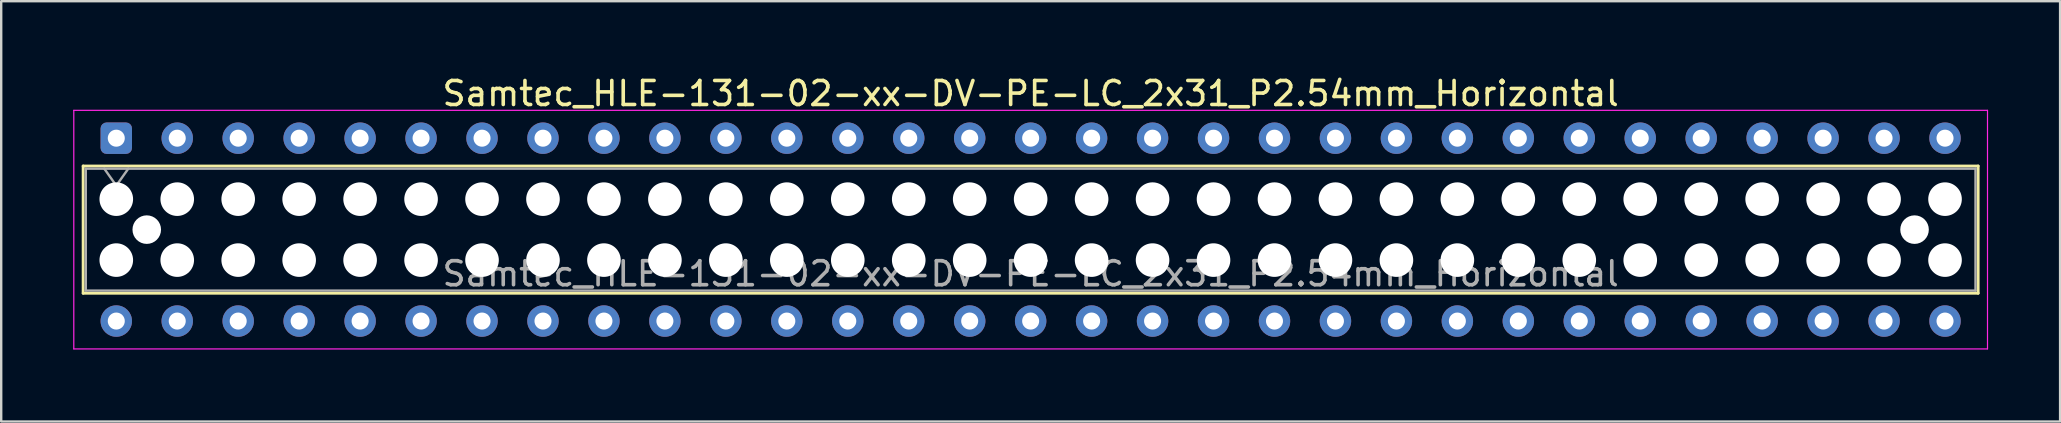
<source format=kicad_pcb>
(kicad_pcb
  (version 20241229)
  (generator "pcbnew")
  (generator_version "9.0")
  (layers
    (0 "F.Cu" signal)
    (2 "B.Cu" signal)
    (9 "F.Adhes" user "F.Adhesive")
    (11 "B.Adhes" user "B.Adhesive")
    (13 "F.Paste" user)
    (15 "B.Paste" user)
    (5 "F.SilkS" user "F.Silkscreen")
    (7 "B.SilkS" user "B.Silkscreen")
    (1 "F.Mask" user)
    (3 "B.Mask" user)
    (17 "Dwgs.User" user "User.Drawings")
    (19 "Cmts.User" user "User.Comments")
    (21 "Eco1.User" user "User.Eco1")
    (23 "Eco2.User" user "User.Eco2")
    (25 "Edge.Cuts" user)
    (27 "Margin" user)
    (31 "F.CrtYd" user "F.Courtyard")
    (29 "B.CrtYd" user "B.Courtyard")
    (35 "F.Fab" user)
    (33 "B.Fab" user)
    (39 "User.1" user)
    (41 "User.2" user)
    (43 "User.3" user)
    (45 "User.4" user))
  (footprint "Samtec_HLE-131-02-xx-DV-PE-LC_2x31_P2.54mm_Horizontal"
    (layer "F.Cu")
    (at 1.795 2.708)
    (property "Reference" "Samtec_HLE-131-02-xx-DV-PE-LC_2x31_P2.54mm_Horizontal" (at 38.1 -1.86 0) (layer "F.SilkS") (effects (font (size 1 1) (thickness 0.15))))
    (attr through_hole)
    (fp_line (start -1.38 1.16) (end 77.58 1.16) (stroke (width 0.12) (type solid)) (layer "F.SilkS"))
    (fp_line (start -1.38 6.46) (end -1.38 1.16) (stroke (width 0.12) (type solid)) (layer "F.SilkS"))
    (fp_line (start 77.58 1.16) (end 77.58 6.46) (stroke (width 0.12) (type solid)) (layer "F.SilkS"))
    (fp_line (start 77.58 6.46) (end -1.38 6.46) (stroke (width 0.12) (type solid)) (layer "F.SilkS"))
    (fp_line (start -1.77 -1.16) (end 77.97 -1.16) (stroke (width 0.05) (type solid)) (layer "F.CrtYd"))
    (fp_line (start -1.77 8.78) (end -1.77 -1.16) (stroke (width 0.05) (type solid)) (layer "F.CrtYd"))
    (fp_line (start 77.97 -1.16) (end 77.97 8.78) (stroke (width 0.05) (type solid)) (layer "F.CrtYd"))
    (fp_line (start 77.97 8.78) (end -1.77 8.78) (stroke (width 0.05) (type solid)) (layer "F.CrtYd"))
    (fp_line (start -1.27 1.27) (end 77.47 1.27) (stroke (width 0.1) (type solid)) (layer "F.Fab"))
    (fp_line (start -1.27 6.35) (end -1.27 1.27) (stroke (width 0.1) (type solid)) (layer "F.Fab"))
    (fp_line (start -0.5 1.27) (end 0 1.977) (stroke (width 0.1) (type solid)) (layer "F.Fab"))
    (fp_line (start 0 1.977) (end 0.5 1.27) (stroke (width 0.1) (type solid)) (layer "F.Fab"))
    (fp_line (start 77.47 1.27) (end 77.47 6.35) (stroke (width 0.1) (type solid)) (layer "F.Fab"))
    (fp_line (start 77.47 6.35) (end -1.27 6.35) (stroke (width 0.1) (type solid)) (layer "F.Fab"))
    (fp_text user "${REFERENCE}" (at 38.1 5.65 0) (layer "F.Fab") (effects (font (size 1 1) (thickness 0.15))))
    (pad "" np_thru_hole circle (at 0 2.54) (size 1.4 1.4) (drill 1.4) (layers "*.Cu" "*.Mask"))
    (pad "" np_thru_hole circle (at 0 5.08) (size 1.4 1.4) (drill 1.4) (layers "*.Cu" "*.Mask"))
    (pad "" np_thru_hole circle (at 1.27 3.81) (size 1.19 1.19) (drill 1.19) (layers "*.Cu" "*.Mask"))
    (pad "" np_thru_hole circle (at 2.54 2.54) (size 1.4 1.4) (drill 1.4) (layers "*.Cu" "*.Mask"))
    (pad "" np_thru_hole circle (at 2.54 5.08) (size 1.4 1.4) (drill 1.4) (layers "*.Cu" "*.Mask"))
    (pad "" np_thru_hole circle (at 5.08 2.54) (size 1.4 1.4) (drill 1.4) (layers "*.Cu" "*.Mask"))
    (pad "" np_thru_hole circle (at 5.08 5.08) (size 1.4 1.4) (drill 1.4) (layers "*.Cu" "*.Mask"))
    (pad "" np_thru_hole circle (at 7.62 2.54) (size 1.4 1.4) (drill 1.4) (layers "*.Cu" "*.Mask"))
    (pad "" np_thru_hole circle (at 7.62 5.08) (size 1.4 1.4) (drill 1.4) (layers "*.Cu" "*.Mask"))
    (pad "" np_thru_hole circle (at 10.16 2.54) (size 1.4 1.4) (drill 1.4) (layers "*.Cu" "*.Mask"))
    (pad "" np_thru_hole circle (at 10.16 5.08) (size 1.4 1.4) (drill 1.4) (layers "*.Cu" "*.Mask"))
    (pad "" np_thru_hole circle (at 12.7 2.54) (size 1.4 1.4) (drill 1.4) (layers "*.Cu" "*.Mask"))
    (pad "" np_thru_hole circle (at 12.7 5.08) (size 1.4 1.4) (drill 1.4) (layers "*.Cu" "*.Mask"))
    (pad "" np_thru_hole circle (at 15.24 2.54) (size 1.4 1.4) (drill 1.4) (layers "*.Cu" "*.Mask"))
    (pad "" np_thru_hole circle (at 15.24 5.08) (size 1.4 1.4) (drill 1.4) (layers "*.Cu" "*.Mask"))
    (pad "" np_thru_hole circle (at 17.78 2.54) (size 1.4 1.4) (drill 1.4) (layers "*.Cu" "*.Mask"))
    (pad "" np_thru_hole circle (at 17.78 5.08) (size 1.4 1.4) (drill 1.4) (layers "*.Cu" "*.Mask"))
    (pad "" np_thru_hole circle (at 20.32 2.54) (size 1.4 1.4) (drill 1.4) (layers "*.Cu" "*.Mask"))
    (pad "" np_thru_hole circle (at 20.32 5.08) (size 1.4 1.4) (drill 1.4) (layers "*.Cu" "*.Mask"))
    (pad "" np_thru_hole circle (at 22.86 2.54) (size 1.4 1.4) (drill 1.4) (layers "*.Cu" "*.Mask"))
    (pad "" np_thru_hole circle (at 22.86 5.08) (size 1.4 1.4) (drill 1.4) (layers "*.Cu" "*.Mask"))
    (pad "" np_thru_hole circle (at 25.4 2.54) (size 1.4 1.4) (drill 1.4) (layers "*.Cu" "*.Mask"))
    (pad "" np_thru_hole circle (at 25.4 5.08) (size 1.4 1.4) (drill 1.4) (layers "*.Cu" "*.Mask"))
    (pad "" np_thru_hole circle (at 27.94 2.54) (size 1.4 1.4) (drill 1.4) (layers "*.Cu" "*.Mask"))
    (pad "" np_thru_hole circle (at 27.94 5.08) (size 1.4 1.4) (drill 1.4) (layers "*.Cu" "*.Mask"))
    (pad "" np_thru_hole circle (at 30.48 2.54) (size 1.4 1.4) (drill 1.4) (layers "*.Cu" "*.Mask"))
    (pad "" np_thru_hole circle (at 30.48 5.08) (size 1.4 1.4) (drill 1.4) (layers "*.Cu" "*.Mask"))
    (pad "" np_thru_hole circle (at 33.02 2.54) (size 1.4 1.4) (drill 1.4) (layers "*.Cu" "*.Mask"))
    (pad "" np_thru_hole circle (at 33.02 5.08) (size 1.4 1.4) (drill 1.4) (layers "*.Cu" "*.Mask"))
    (pad "" np_thru_hole circle (at 35.56 2.54) (size 1.4 1.4) (drill 1.4) (layers "*.Cu" "*.Mask"))
    (pad "" np_thru_hole circle (at 35.56 5.08) (size 1.4 1.4) (drill 1.4) (layers "*.Cu" "*.Mask"))
    (pad "" np_thru_hole circle (at 38.1 2.54) (size 1.4 1.4) (drill 1.4) (layers "*.Cu" "*.Mask"))
    (pad "" np_thru_hole circle (at 38.1 5.08) (size 1.4 1.4) (drill 1.4) (layers "*.Cu" "*.Mask"))
    (pad "" np_thru_hole circle (at 40.64 2.54) (size 1.4 1.4) (drill 1.4) (layers "*.Cu" "*.Mask"))
    (pad "" np_thru_hole circle (at 40.64 5.08) (size 1.4 1.4) (drill 1.4) (layers "*.Cu" "*.Mask"))
    (pad "" np_thru_hole circle (at 43.18 2.54) (size 1.4 1.4) (drill 1.4) (layers "*.Cu" "*.Mask"))
    (pad "" np_thru_hole circle (at 43.18 5.08) (size 1.4 1.4) (drill 1.4) (layers "*.Cu" "*.Mask"))
    (pad "" np_thru_hole circle (at 45.72 2.54) (size 1.4 1.4) (drill 1.4) (layers "*.Cu" "*.Mask"))
    (pad "" np_thru_hole circle (at 45.72 5.08) (size 1.4 1.4) (drill 1.4) (layers "*.Cu" "*.Mask"))
    (pad "" np_thru_hole circle (at 48.26 2.54) (size 1.4 1.4) (drill 1.4) (layers "*.Cu" "*.Mask"))
    (pad "" np_thru_hole circle (at 48.26 5.08) (size 1.4 1.4) (drill 1.4) (layers "*.Cu" "*.Mask"))
    (pad "" np_thru_hole circle (at 50.8 2.54) (size 1.4 1.4) (drill 1.4) (layers "*.Cu" "*.Mask"))
    (pad "" np_thru_hole circle (at 50.8 5.08) (size 1.4 1.4) (drill 1.4) (layers "*.Cu" "*.Mask"))
    (pad "" np_thru_hole circle (at 53.34 2.54) (size 1.4 1.4) (drill 1.4) (layers "*.Cu" "*.Mask"))
    (pad "" np_thru_hole circle (at 53.34 5.08) (size 1.4 1.4) (drill 1.4) (layers "*.Cu" "*.Mask"))
    (pad "" np_thru_hole circle (at 55.88 2.54) (size 1.4 1.4) (drill 1.4) (layers "*.Cu" "*.Mask"))
    (pad "" np_thru_hole circle (at 55.88 5.08) (size 1.4 1.4) (drill 1.4) (layers "*.Cu" "*.Mask"))
    (pad "" np_thru_hole circle (at 58.42 2.54) (size 1.4 1.4) (drill 1.4) (layers "*.Cu" "*.Mask"))
    (pad "" np_thru_hole circle (at 58.42 5.08) (size 1.4 1.4) (drill 1.4) (layers "*.Cu" "*.Mask"))
    (pad "" np_thru_hole circle (at 60.96 2.54) (size 1.4 1.4) (drill 1.4) (layers "*.Cu" "*.Mask"))
    (pad "" np_thru_hole circle (at 60.96 5.08) (size 1.4 1.4) (drill 1.4) (layers "*.Cu" "*.Mask"))
    (pad "" np_thru_hole circle (at 63.5 2.54) (size 1.4 1.4) (drill 1.4) (layers "*.Cu" "*.Mask"))
    (pad "" np_thru_hole circle (at 63.5 5.08) (size 1.4 1.4) (drill 1.4) (layers "*.Cu" "*.Mask"))
    (pad "" np_thru_hole circle (at 66.04 2.54) (size 1.4 1.4) (drill 1.4) (layers "*.Cu" "*.Mask"))
    (pad "" np_thru_hole circle (at 66.04 5.08) (size 1.4 1.4) (drill 1.4) (layers "*.Cu" "*.Mask"))
    (pad "" np_thru_hole circle (at 68.58 2.54) (size 1.4 1.4) (drill 1.4) (layers "*.Cu" "*.Mask"))
    (pad "" np_thru_hole circle (at 68.58 5.08) (size 1.4 1.4) (drill 1.4) (layers "*.Cu" "*.Mask"))
    (pad "" np_thru_hole circle (at 71.12 2.54) (size 1.4 1.4) (drill 1.4) (layers "*.Cu" "*.Mask"))
    (pad "" np_thru_hole circle (at 71.12 5.08) (size 1.4 1.4) (drill 1.4) (layers "*.Cu" "*.Mask"))
    (pad "" np_thru_hole circle (at 73.66 2.54) (size 1.4 1.4) (drill 1.4) (layers "*.Cu" "*.Mask"))
    (pad "" np_thru_hole circle (at 73.66 5.08) (size 1.4 1.4) (drill 1.4) (layers "*.Cu" "*.Mask"))
    (pad "" np_thru_hole circle (at 74.93 3.81) (size 1.19 1.19) (drill 1.19) (layers "*.Cu" "*.Mask"))
    (pad "" np_thru_hole circle (at 76.2 2.54) (size 1.4 1.4) (drill 1.4) (layers "*.Cu" "*.Mask"))
    (pad "" np_thru_hole circle (at 76.2 5.08) (size 1.4 1.4) (drill 1.4) (layers "*.Cu" "*.Mask"))
    (pad "1" thru_hole roundrect (at 0 0) (size 1.31 1.31) (drill 0.71) (layers "*.Cu" "*.Mask") (roundrect_rratio 0.191))
    (pad "2" thru_hole circle (at 0 7.62) (size 1.31 1.31) (drill 0.71) (layers "*.Cu" "*.Mask"))
    (pad "3" thru_hole circle (at 2.54 0) (size 1.31 1.31) (drill 0.71) (layers "*.Cu" "*.Mask"))
    (pad "4" thru_hole circle (at 2.54 7.62) (size 1.31 1.31) (drill 0.71) (layers "*.Cu" "*.Mask"))
    (pad "5" thru_hole circle (at 5.08 0) (size 1.31 1.31) (drill 0.71) (layers "*.Cu" "*.Mask"))
    (pad "6" thru_hole circle (at 5.08 7.62) (size 1.31 1.31) (drill 0.71) (layers "*.Cu" "*.Mask"))
    (pad "7" thru_hole circle (at 7.62 0) (size 1.31 1.31) (drill 0.71) (layers "*.Cu" "*.Mask"))
    (pad "8" thru_hole circle (at 7.62 7.62) (size 1.31 1.31) (drill 0.71) (layers "*.Cu" "*.Mask"))
    (pad "9" thru_hole circle (at 10.16 0) (size 1.31 1.31) (drill 0.71) (layers "*.Cu" "*.Mask"))
    (pad "10" thru_hole circle (at 10.16 7.62) (size 1.31 1.31) (drill 0.71) (layers "*.Cu" "*.Mask"))
    (pad "11" thru_hole circle (at 12.7 0) (size 1.31 1.31) (drill 0.71) (layers "*.Cu" "*.Mask"))
    (pad "12" thru_hole circle (at 12.7 7.62) (size 1.31 1.31) (drill 0.71) (layers "*.Cu" "*.Mask"))
    (pad "13" thru_hole circle (at 15.24 0) (size 1.31 1.31) (drill 0.71) (layers "*.Cu" "*.Mask"))
    (pad "14" thru_hole circle (at 15.24 7.62) (size 1.31 1.31) (drill 0.71) (layers "*.Cu" "*.Mask"))
    (pad "15" thru_hole circle (at 17.78 0) (size 1.31 1.31) (drill 0.71) (layers "*.Cu" "*.Mask"))
    (pad "16" thru_hole circle (at 17.78 7.62) (size 1.31 1.31) (drill 0.71) (layers "*.Cu" "*.Mask"))
    (pad "17" thru_hole circle (at 20.32 0) (size 1.31 1.31) (drill 0.71) (layers "*.Cu" "*.Mask"))
    (pad "18" thru_hole circle (at 20.32 7.62) (size 1.31 1.31) (drill 0.71) (layers "*.Cu" "*.Mask"))
    (pad "19" thru_hole circle (at 22.86 0) (size 1.31 1.31) (drill 0.71) (layers "*.Cu" "*.Mask"))
    (pad "20" thru_hole circle (at 22.86 7.62) (size 1.31 1.31) (drill 0.71) (layers "*.Cu" "*.Mask"))
    (pad "21" thru_hole circle (at 25.4 0) (size 1.31 1.31) (drill 0.71) (layers "*.Cu" "*.Mask"))
    (pad "22" thru_hole circle (at 25.4 7.62) (size 1.31 1.31) (drill 0.71) (layers "*.Cu" "*.Mask"))
    (pad "23" thru_hole circle (at 27.94 0) (size 1.31 1.31) (drill 0.71) (layers "*.Cu" "*.Mask"))
    (pad "24" thru_hole circle (at 27.94 7.62) (size 1.31 1.31) (drill 0.71) (layers "*.Cu" "*.Mask"))
    (pad "25" thru_hole circle (at 30.48 0) (size 1.31 1.31) (drill 0.71) (layers "*.Cu" "*.Mask"))
    (pad "26" thru_hole circle (at 30.48 7.62) (size 1.31 1.31) (drill 0.71) (layers "*.Cu" "*.Mask"))
    (pad "27" thru_hole circle (at 33.02 0) (size 1.31 1.31) (drill 0.71) (layers "*.Cu" "*.Mask"))
    (pad "28" thru_hole circle (at 33.02 7.62) (size 1.31 1.31) (drill 0.71) (layers "*.Cu" "*.Mask"))
    (pad "29" thru_hole circle (at 35.56 0) (size 1.31 1.31) (drill 0.71) (layers "*.Cu" "*.Mask"))
    (pad "30" thru_hole circle (at 35.56 7.62) (size 1.31 1.31) (drill 0.71) (layers "*.Cu" "*.Mask"))
    (pad "31" thru_hole circle (at 38.1 0) (size 1.31 1.31) (drill 0.71) (layers "*.Cu" "*.Mask"))
    (pad "32" thru_hole circle (at 38.1 7.62) (size 1.31 1.31) (drill 0.71) (layers "*.Cu" "*.Mask"))
    (pad "33" thru_hole circle (at 40.64 0) (size 1.31 1.31) (drill 0.71) (layers "*.Cu" "*.Mask"))
    (pad "34" thru_hole circle (at 40.64 7.62) (size 1.31 1.31) (drill 0.71) (layers "*.Cu" "*.Mask"))
    (pad "35" thru_hole circle (at 43.18 0) (size 1.31 1.31) (drill 0.71) (layers "*.Cu" "*.Mask"))
    (pad "36" thru_hole circle (at 43.18 7.62) (size 1.31 1.31) (drill 0.71) (layers "*.Cu" "*.Mask"))
    (pad "37" thru_hole circle (at 45.72 0) (size 1.31 1.31) (drill 0.71) (layers "*.Cu" "*.Mask"))
    (pad "38" thru_hole circle (at 45.72 7.62) (size 1.31 1.31) (drill 0.71) (layers "*.Cu" "*.Mask"))
    (pad "39" thru_hole circle (at 48.26 0) (size 1.31 1.31) (drill 0.71) (layers "*.Cu" "*.Mask"))
    (pad "40" thru_hole circle (at 48.26 7.62) (size 1.31 1.31) (drill 0.71) (layers "*.Cu" "*.Mask"))
    (pad "41" thru_hole circle (at 50.8 0) (size 1.31 1.31) (drill 0.71) (layers "*.Cu" "*.Mask"))
    (pad "42" thru_hole circle (at 50.8 7.62) (size 1.31 1.31) (drill 0.71) (layers "*.Cu" "*.Mask"))
    (pad "43" thru_hole circle (at 53.34 0) (size 1.31 1.31) (drill 0.71) (layers "*.Cu" "*.Mask"))
    (pad "44" thru_hole circle (at 53.34 7.62) (size 1.31 1.31) (drill 0.71) (layers "*.Cu" "*.Mask"))
    (pad "45" thru_hole circle (at 55.88 0) (size 1.31 1.31) (drill 0.71) (layers "*.Cu" "*.Mask"))
    (pad "46" thru_hole circle (at 55.88 7.62) (size 1.31 1.31) (drill 0.71) (layers "*.Cu" "*.Mask"))
    (pad "47" thru_hole circle (at 58.42 0) (size 1.31 1.31) (drill 0.71) (layers "*.Cu" "*.Mask"))
    (pad "48" thru_hole circle (at 58.42 7.62) (size 1.31 1.31) (drill 0.71) (layers "*.Cu" "*.Mask"))
    (pad "49" thru_hole circle (at 60.96 0) (size 1.31 1.31) (drill 0.71) (layers "*.Cu" "*.Mask"))
    (pad "50" thru_hole circle (at 60.96 7.62) (size 1.31 1.31) (drill 0.71) (layers "*.Cu" "*.Mask"))
    (pad "51" thru_hole circle (at 63.5 0) (size 1.31 1.31) (drill 0.71) (layers "*.Cu" "*.Mask"))
    (pad "52" thru_hole circle (at 63.5 7.62) (size 1.31 1.31) (drill 0.71) (layers "*.Cu" "*.Mask"))
    (pad "53" thru_hole circle (at 66.04 0) (size 1.31 1.31) (drill 0.71) (layers "*.Cu" "*.Mask"))
    (pad "54" thru_hole circle (at 66.04 7.62) (size 1.31 1.31) (drill 0.71) (layers "*.Cu" "*.Mask"))
    (pad "55" thru_hole circle (at 68.58 0) (size 1.31 1.31) (drill 0.71) (layers "*.Cu" "*.Mask"))
    (pad "56" thru_hole circle (at 68.58 7.62) (size 1.31 1.31) (drill 0.71) (layers "*.Cu" "*.Mask"))
    (pad "57" thru_hole circle (at 71.12 0) (size 1.31 1.31) (drill 0.71) (layers "*.Cu" "*.Mask"))
    (pad "58" thru_hole circle (at 71.12 7.62) (size 1.31 1.31) (drill 0.71) (layers "*.Cu" "*.Mask"))
    (pad "59" thru_hole circle (at 73.66 0) (size 1.31 1.31) (drill 0.71) (layers "*.Cu" "*.Mask"))
    (pad "60" thru_hole circle (at 73.66 7.62) (size 1.31 1.31) (drill 0.71) (layers "*.Cu" "*.Mask"))
    (pad "61" thru_hole circle (at 76.2 0) (size 1.31 1.31) (drill 0.71) (layers "*.Cu" "*.Mask"))
    (pad "62" thru_hole circle (at 76.2 7.62) (size 1.31 1.31) (drill 0.71) (layers "*.Cu" "*.Mask")))
  (gr_rect
    (start -3 -3)
    (end 82.79 14.513)
    (stroke (width 0.1) (type default))
    (fill no)
    (layer "Edge.Cuts")))
</source>
